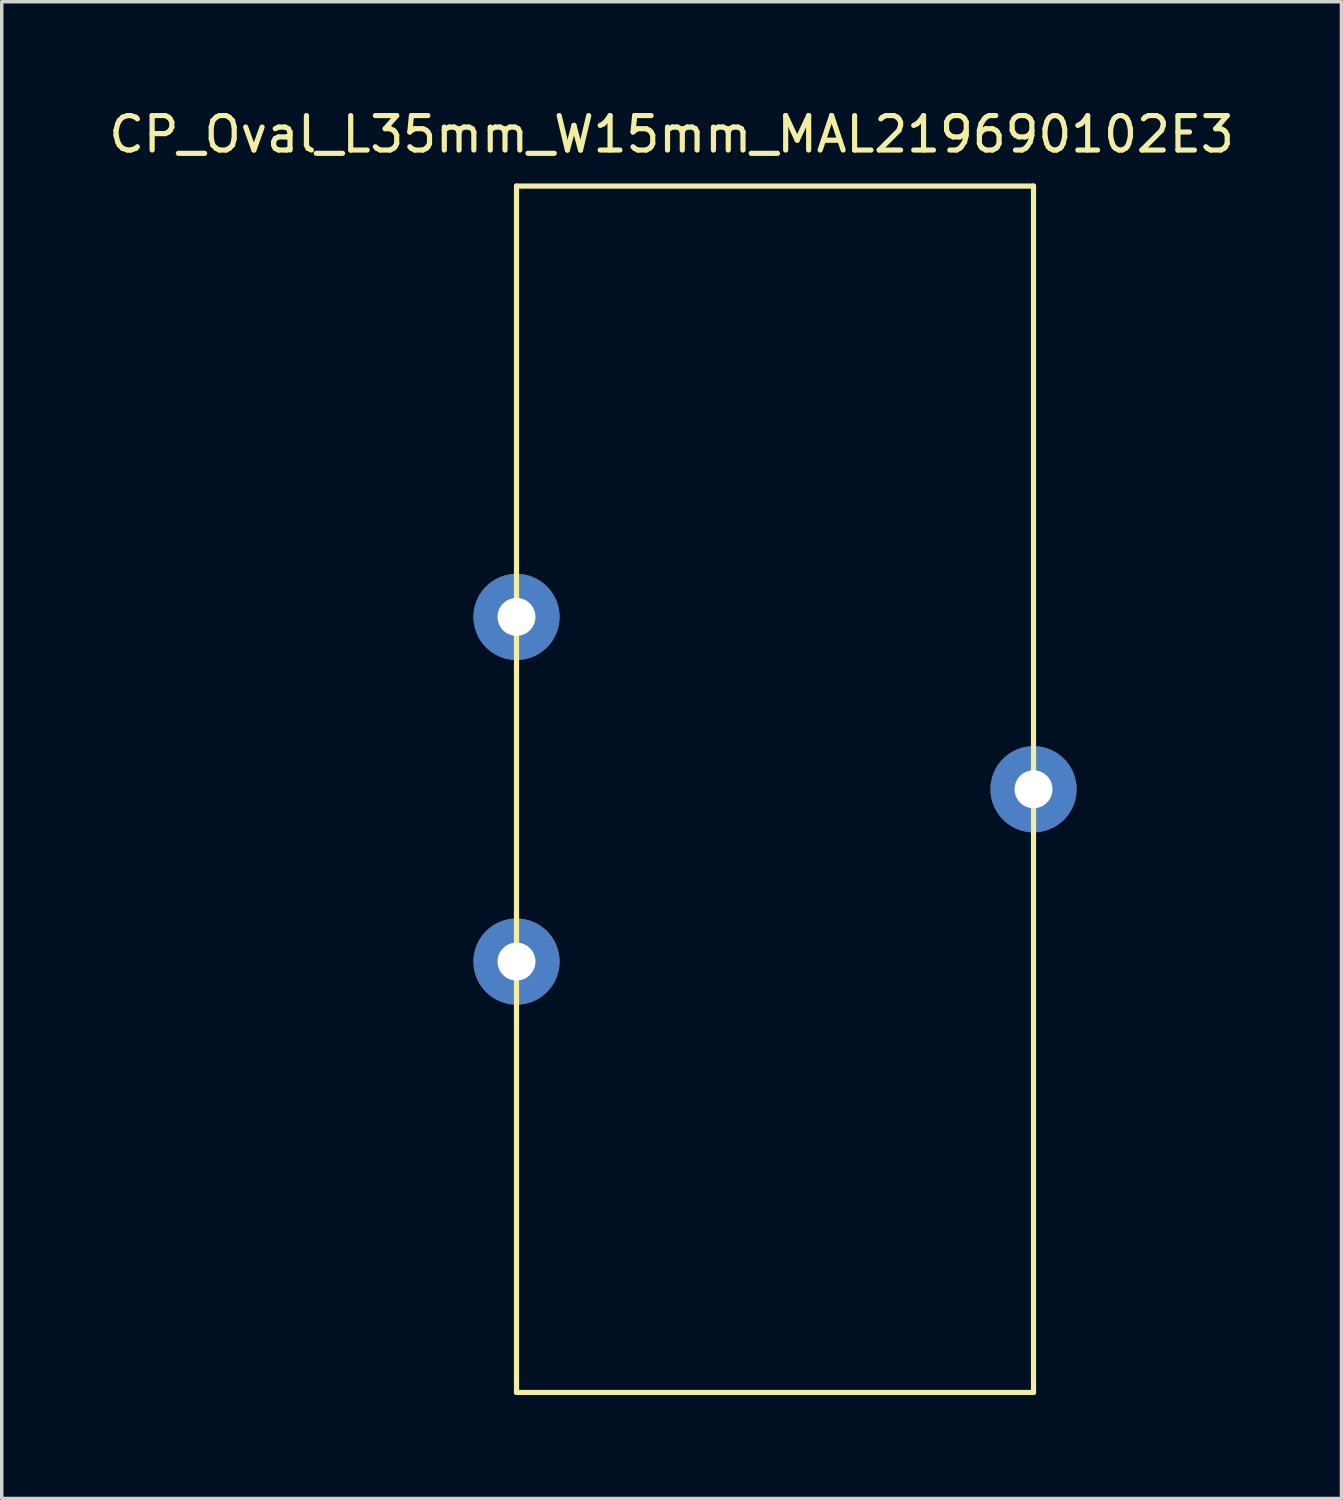
<source format=kicad_pcb>
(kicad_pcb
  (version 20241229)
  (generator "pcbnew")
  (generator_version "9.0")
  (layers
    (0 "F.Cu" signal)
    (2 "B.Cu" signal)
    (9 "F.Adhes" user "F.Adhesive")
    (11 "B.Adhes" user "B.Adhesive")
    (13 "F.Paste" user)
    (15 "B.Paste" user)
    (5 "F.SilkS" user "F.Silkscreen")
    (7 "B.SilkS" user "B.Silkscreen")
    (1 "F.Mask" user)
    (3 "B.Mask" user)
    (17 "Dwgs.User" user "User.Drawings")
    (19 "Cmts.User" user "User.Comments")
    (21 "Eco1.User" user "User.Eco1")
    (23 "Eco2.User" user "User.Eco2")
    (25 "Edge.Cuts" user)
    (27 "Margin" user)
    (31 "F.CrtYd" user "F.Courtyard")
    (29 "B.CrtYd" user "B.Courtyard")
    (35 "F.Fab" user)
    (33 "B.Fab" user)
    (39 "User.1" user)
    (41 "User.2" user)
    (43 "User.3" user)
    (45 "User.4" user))
  (footprint "CP_Oval_L35mm_W15mm_MAL219690102E3"
    (layer "F.Cu")
    (at 16.435 0.348)
    (property "Reference" "CP_Oval_L35mm_W15mm_MAL219690102E3" (at 0 0.5 0) (layer "F.SilkS") (effects (font (size 1 1) (thickness 0.15))))
    (attr through_hole)
    (fp_line (start -4.5 2) (end -4.5 37) (stroke (width 0.15) (type solid)) (layer "F.SilkS"))
    (fp_line (start -4.5 2) (end 10.5 2) (stroke (width 0.15) (type solid)) (layer "F.SilkS"))
    (fp_line (start 10.5 2) (end 10.5 37) (stroke (width 0.15) (type solid)) (layer "F.SilkS"))
    (fp_line (start 10.5 37) (end -4.5 37) (stroke (width 0.15) (type solid)) (layer "F.SilkS"))
    (pad "2" thru_hole circle (at 10.5 19.5) (size 2.5 2.5) (drill 1.1) (layers "*.Cu" "*.Mask"))
    (pad "3" thru_hole circle (at -4.5 14.5) (size 2.5 2.5) (drill 1.1) (layers "*.Cu" "*.Mask"))
    (pad "5" thru_hole circle (at -4.5 24.5) (size 2.5 2.5) (drill 1.1) (layers "*.Cu" "*.Mask")))
  (gr_rect
    (start -3 -3)
    (end 35.869 40.423)
    (stroke (width 0.1) (type default))
    (fill no)
    (layer "Edge.Cuts")))
</source>
